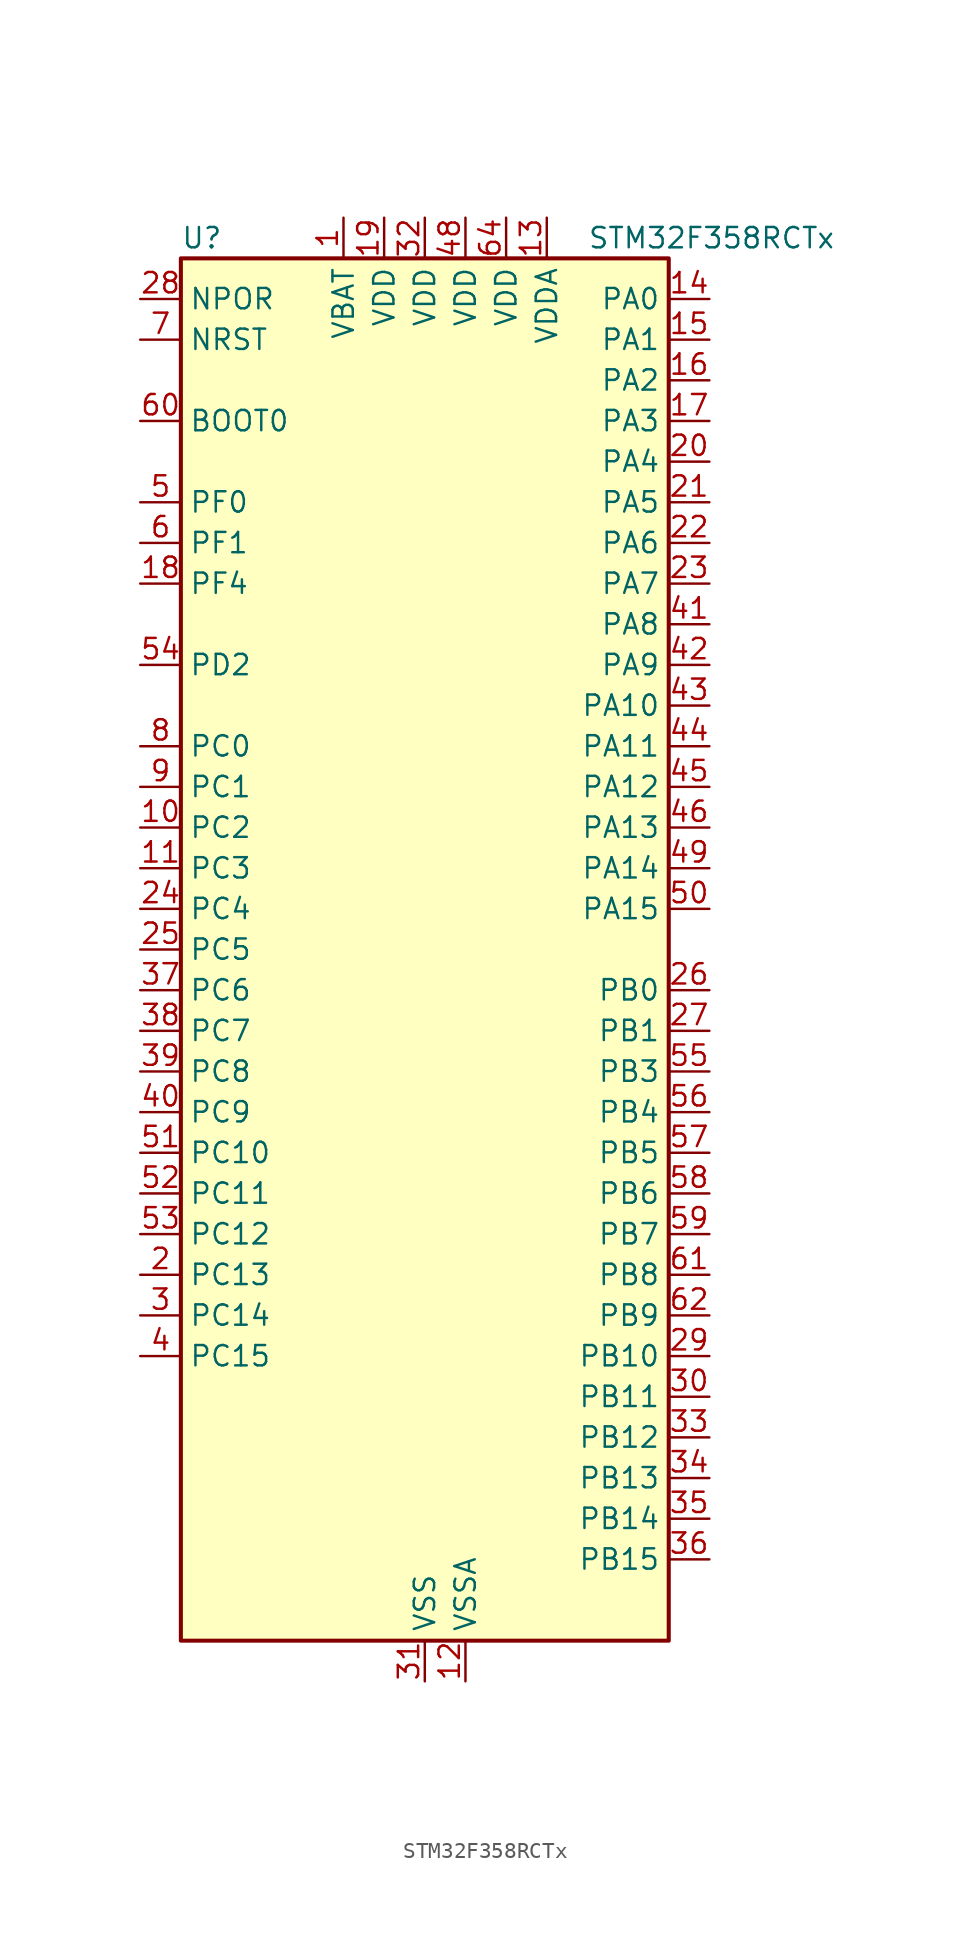
<source format=kicad_sym>
(kicad_symbol_lib
  (version 20220914)
  (generator kicad_symbol_editor)
  (symbol "STM32F358RCTx"
    (property "Reference" "U"
      (at -15.24 44.45 0)
      (effects (font (size 1.27 1.27)) (justify left)))
    (property "Value" "STM32F358RCTx"
      (at 10.16 44.45 0)
      (effects (font (size 1.27 1.27)) (justify left)))
    (property "ki_locked" ""
      (at 0 0 0)
      (effects (font (size 1.27 1.27))))
    (symbol "STM32F358RCTx_0_1"
      (rectangle (start -15.24 -43.18) (end 15.24 43.18) (stroke (width 0.254) (type default)) (fill (type background))))
    (symbol "STM32F358RCTx_1_1"
      (pin power_in line (at -5.08 45.72 270) (length 2.54) (name "VBAT" (effects (font (size 1.27 1.27)))) (number "1" (effects (font (size 1.27 1.27)))))
      (pin bidirectional line (at -17.78 7.62 0) (length 2.54) (name "PC2" (effects (font (size 1.27 1.27)))) (number "10" (effects (font (size 1.27 1.27)))) (alternate "ADC1_IN8" bidirectional line) (alternate "ADC2_IN8" bidirectional line) (alternate "ADC3_EXTI2" bidirectional line) (alternate "ADC4_EXTI2" bidirectional line) (alternate "COMP7_OUT" bidirectional line))
      (pin bidirectional line (at -17.78 5.08 0) (length 2.54) (name "PC3" (effects (font (size 1.27 1.27)))) (number "11" (effects (font (size 1.27 1.27)))) (alternate "ADC1_IN9" bidirectional line) (alternate "ADC2_IN9" bidirectional line) (alternate "TIM1_BKIN2" bidirectional line))
      (pin power_in line (at 2.54 -45.72 90) (length 2.54) (name "VSSA" (effects (font (size 1.27 1.27)))) (number "12" (effects (font (size 1.27 1.27)))))
      (pin power_in line (at 7.62 45.72 270) (length 2.54) (name "VDDA" (effects (font (size 1.27 1.27)))) (number "13" (effects (font (size 1.27 1.27)))))
      (pin bidirectional line (at 17.78 40.64 180) (length 2.54) (name "PA0" (effects (font (size 1.27 1.27)))) (number "14" (effects (font (size 1.27 1.27)))) (alternate "ADC1_IN1" bidirectional line) (alternate "COMP1_INM" bidirectional line) (alternate "COMP1_OUT" bidirectional line) (alternate "COMP7_INP" bidirectional line) (alternate "RTC_TAMP2" bidirectional line) (alternate "SYS_WKUP1" bidirectional line) (alternate "TIM2_CH1" bidirectional line) (alternate "TIM2_ETR" bidirectional line) (alternate "TIM8_BKIN" bidirectional line) (alternate "TIM8_ETR" bidirectional line) (alternate "TSC_G1_IO1" bidirectional line) (alternate "USART2_CTS" bidirectional line))
      (pin bidirectional line (at 17.78 38.1 180) (length 2.54) (name "PA1" (effects (font (size 1.27 1.27)))) (number "15" (effects (font (size 1.27 1.27)))) (alternate "ADC1_IN2" bidirectional line) (alternate "COMP1_INP" bidirectional line) (alternate "OPAMP1_VINP" bidirectional line) (alternate "OPAMP1_VINP_SEC" bidirectional line) (alternate "OPAMP3_VINP" bidirectional line) (alternate "OPAMP3_VINP_SEC" bidirectional line) (alternate "RTC_REFIN" bidirectional line) (alternate "TIM15_CH1N" bidirectional line) (alternate "TIM2_CH2" bidirectional line) (alternate "TSC_G1_IO2" bidirectional line) (alternate "USART2_DE" bidirectional line) (alternate "USART2_RTS" bidirectional line))
      (pin bidirectional line (at 17.78 35.56 180) (length 2.54) (name "PA2" (effects (font (size 1.27 1.27)))) (number "16" (effects (font (size 1.27 1.27)))) (alternate "ADC1_IN3" bidirectional line) (alternate "ADC3_EXTI2" bidirectional line) (alternate "ADC4_EXTI2" bidirectional line) (alternate "COMP2_INM" bidirectional line) (alternate "COMP2_OUT" bidirectional line) (alternate "OPAMP1_VOUT" bidirectional line) (alternate "TIM15_CH1" bidirectional line) (alternate "TIM2_CH3" bidirectional line) (alternate "TSC_G1_IO3" bidirectional line) (alternate "USART2_TX" bidirectional line))
      (pin bidirectional line (at 17.78 33.02 180) (length 2.54) (name "PA3" (effects (font (size 1.27 1.27)))) (number "17" (effects (font (size 1.27 1.27)))) (alternate "ADC1_IN4" bidirectional line) (alternate "COMP2_INP" bidirectional line) (alternate "OPAMP1_VINM" bidirectional line) (alternate "OPAMP1_VINM_SEC" bidirectional line) (alternate "OPAMP1_VINP" bidirectional line) (alternate "OPAMP1_VINP_SEC" bidirectional line) (alternate "TIM15_CH2" bidirectional line) (alternate "TIM2_CH4" bidirectional line) (alternate "TSC_G1_IO4" bidirectional line) (alternate "USART2_RX" bidirectional line))
      (pin bidirectional line (at -17.78 22.86 0) (length 2.54) (name "PF4" (effects (font (size 1.27 1.27)))) (number "18" (effects (font (size 1.27 1.27)))) (alternate "ADC1_IN5" bidirectional line) (alternate "COMP1_OUT" bidirectional line))
      (pin power_in line (at -2.54 45.72 270) (length 2.54) (name "VDD" (effects (font (size 1.27 1.27)))) (number "19" (effects (font (size 1.27 1.27)))))
      (pin bidirectional line (at -17.78 -20.32 0) (length 2.54) (name "PC13" (effects (font (size 1.27 1.27)))) (number "2" (effects (font (size 1.27 1.27)))) (alternate "RTC_OUT_ALARM" bidirectional line) (alternate "RTC_OUT_CALIB" bidirectional line) (alternate "RTC_TAMP1" bidirectional line) (alternate "RTC_TS" bidirectional line) (alternate "SYS_WKUP2" bidirectional line) (alternate "TIM1_CH1N" bidirectional line))
      (pin bidirectional line (at 17.78 30.48 180) (length 2.54) (name "PA4" (effects (font (size 1.27 1.27)))) (number "20" (effects (font (size 1.27 1.27)))) (alternate "ADC2_IN1" bidirectional line) (alternate "COMP1_INM" bidirectional line) (alternate "COMP2_INM" bidirectional line) (alternate "COMP3_INM" bidirectional line) (alternate "COMP4_INM" bidirectional line) (alternate "COMP5_INM" bidirectional line) (alternate "COMP6_INM" bidirectional line) (alternate "COMP7_INM" bidirectional line) (alternate "DAC_OUT1" bidirectional line) (alternate "I2S3_WS" bidirectional line) (alternate "OPAMP4_VINP" bidirectional line) (alternate "OPAMP4_VINP_SEC" bidirectional line) (alternate "SPI1_NSS" bidirectional line) (alternate "SPI3_NSS" bidirectional line) (alternate "TIM3_CH2" bidirectional line) (alternate "TSC_G2_IO1" bidirectional line) (alternate "USART2_CK" bidirectional line))
      (pin bidirectional line (at 17.78 27.94 180) (length 2.54) (name "PA5" (effects (font (size 1.27 1.27)))) (number "21" (effects (font (size 1.27 1.27)))) (alternate "ADC2_IN2" bidirectional line) (alternate "COMP1_INM" bidirectional line) (alternate "COMP2_INM" bidirectional line) (alternate "COMP3_INM" bidirectional line) (alternate "COMP4_INM" bidirectional line) (alternate "COMP5_INM" bidirectional line) (alternate "COMP6_INM" bidirectional line) (alternate "COMP7_INM" bidirectional line) (alternate "DAC_OUT2" bidirectional line) (alternate "OPAMP1_VINP" bidirectional line) (alternate "OPAMP1_VINP_SEC" bidirectional line) (alternate "OPAMP2_VINM" bidirectional line) (alternate "OPAMP2_VINM_SEC" bidirectional line) (alternate "OPAMP3_VINP" bidirectional line) (alternate "OPAMP3_VINP_SEC" bidirectional line) (alternate "SPI1_SCK" bidirectional line) (alternate "TIM2_CH1" bidirectional line) (alternate "TIM2_ETR" bidirectional line) (alternate "TSC_G2_IO2" bidirectional line))
      (pin bidirectional line (at 17.78 25.4 180) (length 2.54) (name "PA6" (effects (font (size 1.27 1.27)))) (number "22" (effects (font (size 1.27 1.27)))) (alternate "ADC2_IN3" bidirectional line) (alternate "COMP1_OUT" bidirectional line) (alternate "OPAMP2_VOUT" bidirectional line) (alternate "SPI1_MISO" bidirectional line) (alternate "TIM16_CH1" bidirectional line) (alternate "TIM1_BKIN" bidirectional line) (alternate "TIM3_CH1" bidirectional line) (alternate "TIM8_BKIN" bidirectional line) (alternate "TSC_G2_IO3" bidirectional line))
      (pin bidirectional line (at 17.78 22.86 180) (length 2.54) (name "PA7" (effects (font (size 1.27 1.27)))) (number "23" (effects (font (size 1.27 1.27)))) (alternate "ADC2_IN4" bidirectional line) (alternate "COMP2_INP" bidirectional line) (alternate "COMP2_OUT" bidirectional line) (alternate "OPAMP1_VINP" bidirectional line) (alternate "OPAMP1_VINP_SEC" bidirectional line) (alternate "OPAMP2_VINP" bidirectional line) (alternate "OPAMP2_VINP_SEC" bidirectional line) (alternate "SPI1_MOSI" bidirectional line) (alternate "TIM17_CH1" bidirectional line) (alternate "TIM1_CH1N" bidirectional line) (alternate "TIM3_CH2" bidirectional line) (alternate "TIM8_CH1N" bidirectional line) (alternate "TSC_G2_IO4" bidirectional line))
      (pin bidirectional line (at -17.78 2.54 0) (length 2.54) (name "PC4" (effects (font (size 1.27 1.27)))) (number "24" (effects (font (size 1.27 1.27)))) (alternate "ADC2_IN5" bidirectional line) (alternate "USART1_TX" bidirectional line))
      (pin bidirectional line (at -17.78 0 0) (length 2.54) (name "PC5" (effects (font (size 1.27 1.27)))) (number "25" (effects (font (size 1.27 1.27)))) (alternate "ADC2_IN11" bidirectional line) (alternate "OPAMP1_VINM" bidirectional line) (alternate "OPAMP1_VINM_SEC" bidirectional line) (alternate "OPAMP2_VINM" bidirectional line) (alternate "OPAMP2_VINM_SEC" bidirectional line) (alternate "TSC_G3_IO1" bidirectional line) (alternate "USART1_RX" bidirectional line))
      (pin bidirectional line (at 17.78 -2.54 180) (length 2.54) (name "PB0" (effects (font (size 1.27 1.27)))) (number "26" (effects (font (size 1.27 1.27)))) (alternate "ADC3_IN12" bidirectional line) (alternate "COMP4_INP" bidirectional line) (alternate "OPAMP2_VINP" bidirectional line) (alternate "OPAMP2_VINP_SEC" bidirectional line) (alternate "OPAMP3_VINP" bidirectional line) (alternate "OPAMP3_VINP_SEC" bidirectional line) (alternate "TIM1_CH2N" bidirectional line) (alternate "TIM3_CH3" bidirectional line) (alternate "TIM8_CH2N" bidirectional line) (alternate "TSC_G3_IO2" bidirectional line))
      (pin bidirectional line (at 17.78 -5.08 180) (length 2.54) (name "PB1" (effects (font (size 1.27 1.27)))) (number "27" (effects (font (size 1.27 1.27)))) (alternate "ADC3_IN1" bidirectional line) (alternate "COMP4_OUT" bidirectional line) (alternate "OPAMP3_VOUT" bidirectional line) (alternate "TIM1_CH3N" bidirectional line) (alternate "TIM3_CH4" bidirectional line) (alternate "TIM8_CH3N" bidirectional line) (alternate "TSC_G3_IO3" bidirectional line))
      (pin input line (at -17.78 40.64 0) (length 2.54) (name "NPOR" (effects (font (size 1.27 1.27)))) (number "28" (effects (font (size 1.27 1.27)))))
      (pin bidirectional line (at 17.78 -25.4 180) (length 2.54) (name "PB10" (effects (font (size 1.27 1.27)))) (number "29" (effects (font (size 1.27 1.27)))) (alternate "COMP5_INM" bidirectional line) (alternate "OPAMP3_VINM" bidirectional line) (alternate "OPAMP3_VINM_SEC" bidirectional line) (alternate "OPAMP4_VINM" bidirectional line) (alternate "OPAMP4_VINM_SEC" bidirectional line) (alternate "TIM2_CH3" bidirectional line) (alternate "TSC_SYNC" bidirectional line) (alternate "USART3_TX" bidirectional line))
      (pin bidirectional line (at -17.78 -22.86 0) (length 2.54) (name "PC14" (effects (font (size 1.27 1.27)))) (number "3" (effects (font (size 1.27 1.27)))) (alternate "RCC_OSC32_IN" bidirectional line))
      (pin bidirectional line (at 17.78 -27.94 180) (length 2.54) (name "PB11" (effects (font (size 1.27 1.27)))) (number "30" (effects (font (size 1.27 1.27)))) (alternate "ADC1_EXTI11" bidirectional line) (alternate "ADC2_EXTI11" bidirectional line) (alternate "COMP6_INP" bidirectional line) (alternate "OPAMP4_VINP" bidirectional line) (alternate "OPAMP4_VINP_SEC" bidirectional line) (alternate "TIM2_CH4" bidirectional line) (alternate "TSC_G6_IO1" bidirectional line) (alternate "USART3_RX" bidirectional line))
      (pin power_in line (at 0 -45.72 90) (length 2.54) (name "VSS" (effects (font (size 1.27 1.27)))) (number "31" (effects (font (size 1.27 1.27)))))
      (pin power_in line (at 0 45.72 270) (length 2.54) (name "VDD" (effects (font (size 1.27 1.27)))) (number "32" (effects (font (size 1.27 1.27)))))
      (pin bidirectional line (at 17.78 -30.48 180) (length 2.54) (name "PB12" (effects (font (size 1.27 1.27)))) (number "33" (effects (font (size 1.27 1.27)))) (alternate "ADC4_IN3" bidirectional line) (alternate "COMP3_INM" bidirectional line) (alternate "I2C2_SMBA" bidirectional line) (alternate "I2S2_WS" bidirectional line) (alternate "OPAMP4_VOUT" bidirectional line) (alternate "SPI2_NSS" bidirectional line) (alternate "TIM1_BKIN" bidirectional line) (alternate "TSC_G6_IO2" bidirectional line) (alternate "USART3_CK" bidirectional line))
      (pin bidirectional line (at 17.78 -33.02 180) (length 2.54) (name "PB13" (effects (font (size 1.27 1.27)))) (number "34" (effects (font (size 1.27 1.27)))) (alternate "ADC3_IN5" bidirectional line) (alternate "COMP5_INP" bidirectional line) (alternate "I2S2_CK" bidirectional line) (alternate "OPAMP3_VINP" bidirectional line) (alternate "OPAMP3_VINP_SEC" bidirectional line) (alternate "OPAMP4_VINP" bidirectional line) (alternate "OPAMP4_VINP_SEC" bidirectional line) (alternate "SPI2_SCK" bidirectional line) (alternate "TIM1_CH1N" bidirectional line) (alternate "TSC_G6_IO3" bidirectional line) (alternate "USART3_CTS" bidirectional line))
      (pin bidirectional line (at 17.78 -35.56 180) (length 2.54) (name "PB14" (effects (font (size 1.27 1.27)))) (number "35" (effects (font (size 1.27 1.27)))) (alternate "ADC4_IN4" bidirectional line) (alternate "COMP3_INP" bidirectional line) (alternate "I2S2_ext_SD" bidirectional line) (alternate "OPAMP2_VINP" bidirectional line) (alternate "OPAMP2_VINP_SEC" bidirectional line) (alternate "SPI2_MISO" bidirectional line) (alternate "TIM15_CH1" bidirectional line) (alternate "TIM1_CH2N" bidirectional line) (alternate "TSC_G6_IO4" bidirectional line) (alternate "USART3_DE" bidirectional line) (alternate "USART3_RTS" bidirectional line))
      (pin bidirectional line (at 17.78 -38.1 180) (length 2.54) (name "PB15" (effects (font (size 1.27 1.27)))) (number "36" (effects (font (size 1.27 1.27)))) (alternate "ADC1_EXTI15" bidirectional line) (alternate "ADC2_EXTI15" bidirectional line) (alternate "ADC4_IN5" bidirectional line) (alternate "COMP6_INM" bidirectional line) (alternate "I2S2_SD" bidirectional line) (alternate "RTC_REFIN" bidirectional line) (alternate "SPI2_MOSI" bidirectional line) (alternate "TIM15_CH1N" bidirectional line) (alternate "TIM15_CH2" bidirectional line) (alternate "TIM1_CH3N" bidirectional line))
      (pin bidirectional line (at -17.78 -2.54 0) (length 2.54) (name "PC6" (effects (font (size 1.27 1.27)))) (number "37" (effects (font (size 1.27 1.27)))) (alternate "COMP6_OUT" bidirectional line) (alternate "I2S2_MCK" bidirectional line) (alternate "TIM3_CH1" bidirectional line) (alternate "TIM8_CH1" bidirectional line))
      (pin bidirectional line (at -17.78 -5.08 0) (length 2.54) (name "PC7" (effects (font (size 1.27 1.27)))) (number "38" (effects (font (size 1.27 1.27)))) (alternate "COMP5_OUT" bidirectional line) (alternate "I2S3_MCK" bidirectional line) (alternate "TIM3_CH2" bidirectional line) (alternate "TIM8_CH2" bidirectional line))
      (pin bidirectional line (at -17.78 -7.62 0) (length 2.54) (name "PC8" (effects (font (size 1.27 1.27)))) (number "39" (effects (font (size 1.27 1.27)))) (alternate "COMP3_OUT" bidirectional line) (alternate "TIM3_CH3" bidirectional line) (alternate "TIM8_CH3" bidirectional line))
      (pin bidirectional line (at -17.78 -25.4 0) (length 2.54) (name "PC15" (effects (font (size 1.27 1.27)))) (number "4" (effects (font (size 1.27 1.27)))) (alternate "ADC1_EXTI15" bidirectional line) (alternate "ADC2_EXTI15" bidirectional line) (alternate "RCC_OSC32_OUT" bidirectional line))
      (pin bidirectional line (at -17.78 -10.16 0) (length 2.54) (name "PC9" (effects (font (size 1.27 1.27)))) (number "40" (effects (font (size 1.27 1.27)))) (alternate "DAC_EXTI9" bidirectional line) (alternate "I2S_CKIN" bidirectional line) (alternate "TIM3_CH4" bidirectional line) (alternate "TIM8_BKIN2" bidirectional line) (alternate "TIM8_CH4" bidirectional line))
      (pin bidirectional line (at 17.78 20.32 180) (length 2.54) (name "PA8" (effects (font (size 1.27 1.27)))) (number "41" (effects (font (size 1.27 1.27)))) (alternate "COMP3_OUT" bidirectional line) (alternate "I2C2_SMBA" bidirectional line) (alternate "I2S2_MCK" bidirectional line) (alternate "RCC_MCO" bidirectional line) (alternate "TIM1_CH1" bidirectional line) (alternate "TIM4_ETR" bidirectional line) (alternate "USART1_CK" bidirectional line))
      (pin bidirectional line (at 17.78 17.78 180) (length 2.54) (name "PA9" (effects (font (size 1.27 1.27)))) (number "42" (effects (font (size 1.27 1.27)))) (alternate "COMP5_OUT" bidirectional line) (alternate "DAC_EXTI9" bidirectional line) (alternate "I2C2_SCL" bidirectional line) (alternate "I2S3_MCK" bidirectional line) (alternate "TIM15_BKIN" bidirectional line) (alternate "TIM1_CH2" bidirectional line) (alternate "TIM2_CH3" bidirectional line) (alternate "TSC_G4_IO1" bidirectional line) (alternate "USART1_TX" bidirectional line))
      (pin bidirectional line (at 17.78 15.24 180) (length 2.54) (name "PA10" (effects (font (size 1.27 1.27)))) (number "43" (effects (font (size 1.27 1.27)))) (alternate "COMP6_OUT" bidirectional line) (alternate "I2C2_SDA" bidirectional line) (alternate "TIM17_BKIN" bidirectional line) (alternate "TIM1_CH3" bidirectional line) (alternate "TIM2_CH4" bidirectional line) (alternate "TIM8_BKIN" bidirectional line) (alternate "TSC_G4_IO2" bidirectional line) (alternate "USART1_RX" bidirectional line))
      (pin bidirectional line (at 17.78 12.7 180) (length 2.54) (name "PA11" (effects (font (size 1.27 1.27)))) (number "44" (effects (font (size 1.27 1.27)))) (alternate "ADC1_EXTI11" bidirectional line) (alternate "ADC2_EXTI11" bidirectional line) (alternate "CAN_RX" bidirectional line) (alternate "COMP1_OUT" bidirectional line) (alternate "TIM1_BKIN2" bidirectional line) (alternate "TIM1_CH1N" bidirectional line) (alternate "TIM1_CH4" bidirectional line) (alternate "TIM4_CH1" bidirectional line) (alternate "USART1_CTS" bidirectional line))
      (pin bidirectional line (at 17.78 10.16 180) (length 2.54) (name "PA12" (effects (font (size 1.27 1.27)))) (number "45" (effects (font (size 1.27 1.27)))) (alternate "CAN_TX" bidirectional line) (alternate "COMP2_OUT" bidirectional line) (alternate "TIM16_CH1" bidirectional line) (alternate "TIM1_CH2N" bidirectional line) (alternate "TIM1_ETR" bidirectional line) (alternate "TIM4_CH2" bidirectional line) (alternate "USART1_DE" bidirectional line) (alternate "USART1_RTS" bidirectional line))
      (pin bidirectional line (at 17.78 7.62 180) (length 2.54) (name "PA13" (effects (font (size 1.27 1.27)))) (number "46" (effects (font (size 1.27 1.27)))) (alternate "IR_OUT" bidirectional line) (alternate "SYS_JTMS-SWDIO" bidirectional line) (alternate "TIM16_CH1N" bidirectional line) (alternate "TIM4_CH3" bidirectional line) (alternate "TSC_G4_IO3" bidirectional line) (alternate "USART3_CTS" bidirectional line))
      (pin passive line (at 0 -45.72 90) (length 2.54) hide (name "VSS" (effects (font (size 1.27 1.27)))) (number "47" (effects (font (size 1.27 1.27)))))
      (pin power_in line (at 2.54 45.72 270) (length 2.54) (name "VDD" (effects (font (size 1.27 1.27)))) (number "48" (effects (font (size 1.27 1.27)))))
      (pin bidirectional line (at 17.78 5.08 180) (length 2.54) (name "PA14" (effects (font (size 1.27 1.27)))) (number "49" (effects (font (size 1.27 1.27)))) (alternate "I2C1_SDA" bidirectional line) (alternate "SYS_JTCK-SWCLK" bidirectional line) (alternate "TIM1_BKIN" bidirectional line) (alternate "TIM8_CH2" bidirectional line) (alternate "TSC_G4_IO4" bidirectional line) (alternate "USART2_TX" bidirectional line))
      (pin bidirectional line (at -17.78 27.94 0) (length 2.54) (name "PF0" (effects (font (size 1.27 1.27)))) (number "5" (effects (font (size 1.27 1.27)))) (alternate "I2C2_SDA" bidirectional line) (alternate "RCC_OSC_IN" bidirectional line) (alternate "TIM1_CH3N" bidirectional line))
      (pin bidirectional line (at 17.78 2.54 180) (length 2.54) (name "PA15" (effects (font (size 1.27 1.27)))) (number "50" (effects (font (size 1.27 1.27)))) (alternate "ADC1_EXTI15" bidirectional line) (alternate "ADC2_EXTI15" bidirectional line) (alternate "I2C1_SCL" bidirectional line) (alternate "I2S3_WS" bidirectional line) (alternate "SPI1_NSS" bidirectional line) (alternate "SPI3_NSS" bidirectional line) (alternate "SYS_JTDI" bidirectional line) (alternate "TIM1_BKIN" bidirectional line) (alternate "TIM2_CH1" bidirectional line) (alternate "TIM2_ETR" bidirectional line) (alternate "TIM8_CH1" bidirectional line) (alternate "USART2_RX" bidirectional line))
      (pin bidirectional line (at -17.78 -12.7 0) (length 2.54) (name "PC10" (effects (font (size 1.27 1.27)))) (number "51" (effects (font (size 1.27 1.27)))) (alternate "I2S3_CK" bidirectional line) (alternate "SPI3_SCK" bidirectional line) (alternate "TIM8_CH1N" bidirectional line) (alternate "UART4_TX" bidirectional line) (alternate "USART3_TX" bidirectional line))
      (pin bidirectional line (at -17.78 -15.24 0) (length 2.54) (name "PC11" (effects (font (size 1.27 1.27)))) (number "52" (effects (font (size 1.27 1.27)))) (alternate "ADC1_EXTI11" bidirectional line) (alternate "ADC2_EXTI11" bidirectional line) (alternate "I2S3_ext_SD" bidirectional line) (alternate "SPI3_MISO" bidirectional line) (alternate "TIM8_CH2N" bidirectional line) (alternate "UART4_RX" bidirectional line) (alternate "USART3_RX" bidirectional line))
      (pin bidirectional line (at -17.78 -17.78 0) (length 2.54) (name "PC12" (effects (font (size 1.27 1.27)))) (number "53" (effects (font (size 1.27 1.27)))) (alternate "I2S3_SD" bidirectional line) (alternate "SPI3_MOSI" bidirectional line) (alternate "TIM8_CH3N" bidirectional line) (alternate "UART5_TX" bidirectional line) (alternate "USART3_CK" bidirectional line))
      (pin bidirectional line (at -17.78 17.78 0) (length 2.54) (name "PD2" (effects (font (size 1.27 1.27)))) (number "54" (effects (font (size 1.27 1.27)))) (alternate "ADC3_EXTI2" bidirectional line) (alternate "ADC4_EXTI2" bidirectional line) (alternate "TIM3_ETR" bidirectional line) (alternate "TIM8_BKIN" bidirectional line) (alternate "UART5_RX" bidirectional line))
      (pin bidirectional line (at 17.78 -7.62 180) (length 2.54) (name "PB3" (effects (font (size 1.27 1.27)))) (number "55" (effects (font (size 1.27 1.27)))) (alternate "I2S3_CK" bidirectional line) (alternate "SPI1_SCK" bidirectional line) (alternate "SPI3_SCK" bidirectional line) (alternate "SYS_JTDO-TRACESWO" bidirectional line) (alternate "TIM2_CH2" bidirectional line) (alternate "TIM3_ETR" bidirectional line) (alternate "TIM4_ETR" bidirectional line) (alternate "TIM8_CH1N" bidirectional line) (alternate "TSC_G5_IO1" bidirectional line) (alternate "USART2_TX" bidirectional line))
      (pin bidirectional line (at 17.78 -10.16 180) (length 2.54) (name "PB4" (effects (font (size 1.27 1.27)))) (number "56" (effects (font (size 1.27 1.27)))) (alternate "I2S3_ext_SD" bidirectional line) (alternate "SPI1_MISO" bidirectional line) (alternate "SPI3_MISO" bidirectional line) (alternate "SYS_NJTRST" bidirectional line) (alternate "TIM16_CH1" bidirectional line) (alternate "TIM17_BKIN" bidirectional line) (alternate "TIM3_CH1" bidirectional line) (alternate "TIM8_CH2N" bidirectional line) (alternate "TSC_G5_IO2" bidirectional line) (alternate "USART2_RX" bidirectional line))
      (pin bidirectional line (at 17.78 -12.7 180) (length 2.54) (name "PB5" (effects (font (size 1.27 1.27)))) (number "57" (effects (font (size 1.27 1.27)))) (alternate "I2C1_SMBA" bidirectional line) (alternate "I2S3_SD" bidirectional line) (alternate "SPI1_MOSI" bidirectional line) (alternate "SPI3_MOSI" bidirectional line) (alternate "TIM16_BKIN" bidirectional line) (alternate "TIM17_CH1" bidirectional line) (alternate "TIM3_CH2" bidirectional line) (alternate "TIM8_CH3N" bidirectional line) (alternate "USART2_CK" bidirectional line))
      (pin bidirectional line (at 17.78 -15.24 180) (length 2.54) (name "PB6" (effects (font (size 1.27 1.27)))) (number "58" (effects (font (size 1.27 1.27)))) (alternate "I2C1_SCL" bidirectional line) (alternate "TIM16_CH1N" bidirectional line) (alternate "TIM4_CH1" bidirectional line) (alternate "TIM8_BKIN2" bidirectional line) (alternate "TIM8_CH1" bidirectional line) (alternate "TIM8_ETR" bidirectional line) (alternate "TSC_G5_IO3" bidirectional line) (alternate "USART1_TX" bidirectional line))
      (pin bidirectional line (at 17.78 -17.78 180) (length 2.54) (name "PB7" (effects (font (size 1.27 1.27)))) (number "59" (effects (font (size 1.27 1.27)))) (alternate "I2C1_SDA" bidirectional line) (alternate "TIM17_CH1N" bidirectional line) (alternate "TIM3_CH4" bidirectional line) (alternate "TIM4_CH2" bidirectional line) (alternate "TIM8_BKIN" bidirectional line) (alternate "TSC_G5_IO4" bidirectional line) (alternate "USART1_RX" bidirectional line))
      (pin bidirectional line (at -17.78 25.4 0) (length 2.54) (name "PF1" (effects (font (size 1.27 1.27)))) (number "6" (effects (font (size 1.27 1.27)))) (alternate "I2C2_SCL" bidirectional line) (alternate "RCC_OSC_OUT" bidirectional line))
      (pin input line (at -17.78 33.02 0) (length 2.54) (name "BOOT0" (effects (font (size 1.27 1.27)))) (number "60" (effects (font (size 1.27 1.27)))))
      (pin bidirectional line (at 17.78 -20.32 180) (length 2.54) (name "PB8" (effects (font (size 1.27 1.27)))) (number "61" (effects (font (size 1.27 1.27)))) (alternate "CAN_RX" bidirectional line) (alternate "COMP1_OUT" bidirectional line) (alternate "I2C1_SCL" bidirectional line) (alternate "TIM16_CH1" bidirectional line) (alternate "TIM1_BKIN" bidirectional line) (alternate "TIM4_CH3" bidirectional line) (alternate "TIM8_CH2" bidirectional line) (alternate "TSC_SYNC" bidirectional line))
      (pin bidirectional line (at 17.78 -22.86 180) (length 2.54) (name "PB9" (effects (font (size 1.27 1.27)))) (number "62" (effects (font (size 1.27 1.27)))) (alternate "CAN_TX" bidirectional line) (alternate "COMP2_OUT" bidirectional line) (alternate "DAC_EXTI9" bidirectional line) (alternate "I2C1_SDA" bidirectional line) (alternate "IR_OUT" bidirectional line) (alternate "TIM17_CH1" bidirectional line) (alternate "TIM4_CH4" bidirectional line) (alternate "TIM8_CH3" bidirectional line))
      (pin passive line (at 0 -45.72 90) (length 2.54) hide (name "VSS" (effects (font (size 1.27 1.27)))) (number "63" (effects (font (size 1.27 1.27)))))
      (pin power_in line (at 5.08 45.72 270) (length 2.54) (name "VDD" (effects (font (size 1.27 1.27)))) (number "64" (effects (font (size 1.27 1.27)))))
      (pin input line (at -17.78 38.1 0) (length 2.54) (name "NRST" (effects (font (size 1.27 1.27)))) (number "7" (effects (font (size 1.27 1.27)))))
      (pin bidirectional line (at -17.78 12.7 0) (length 2.54) (name "PC0" (effects (font (size 1.27 1.27)))) (number "8" (effects (font (size 1.27 1.27)))) (alternate "ADC1_IN6" bidirectional line) (alternate "ADC2_IN6" bidirectional line) (alternate "COMP7_INM" bidirectional line))
      (pin bidirectional line (at -17.78 10.16 0) (length 2.54) (name "PC1" (effects (font (size 1.27 1.27)))) (number "9" (effects (font (size 1.27 1.27)))) (alternate "ADC1_IN7" bidirectional line) (alternate "ADC2_IN7" bidirectional line) (alternate "COMP7_INP" bidirectional line)))))
</source>
